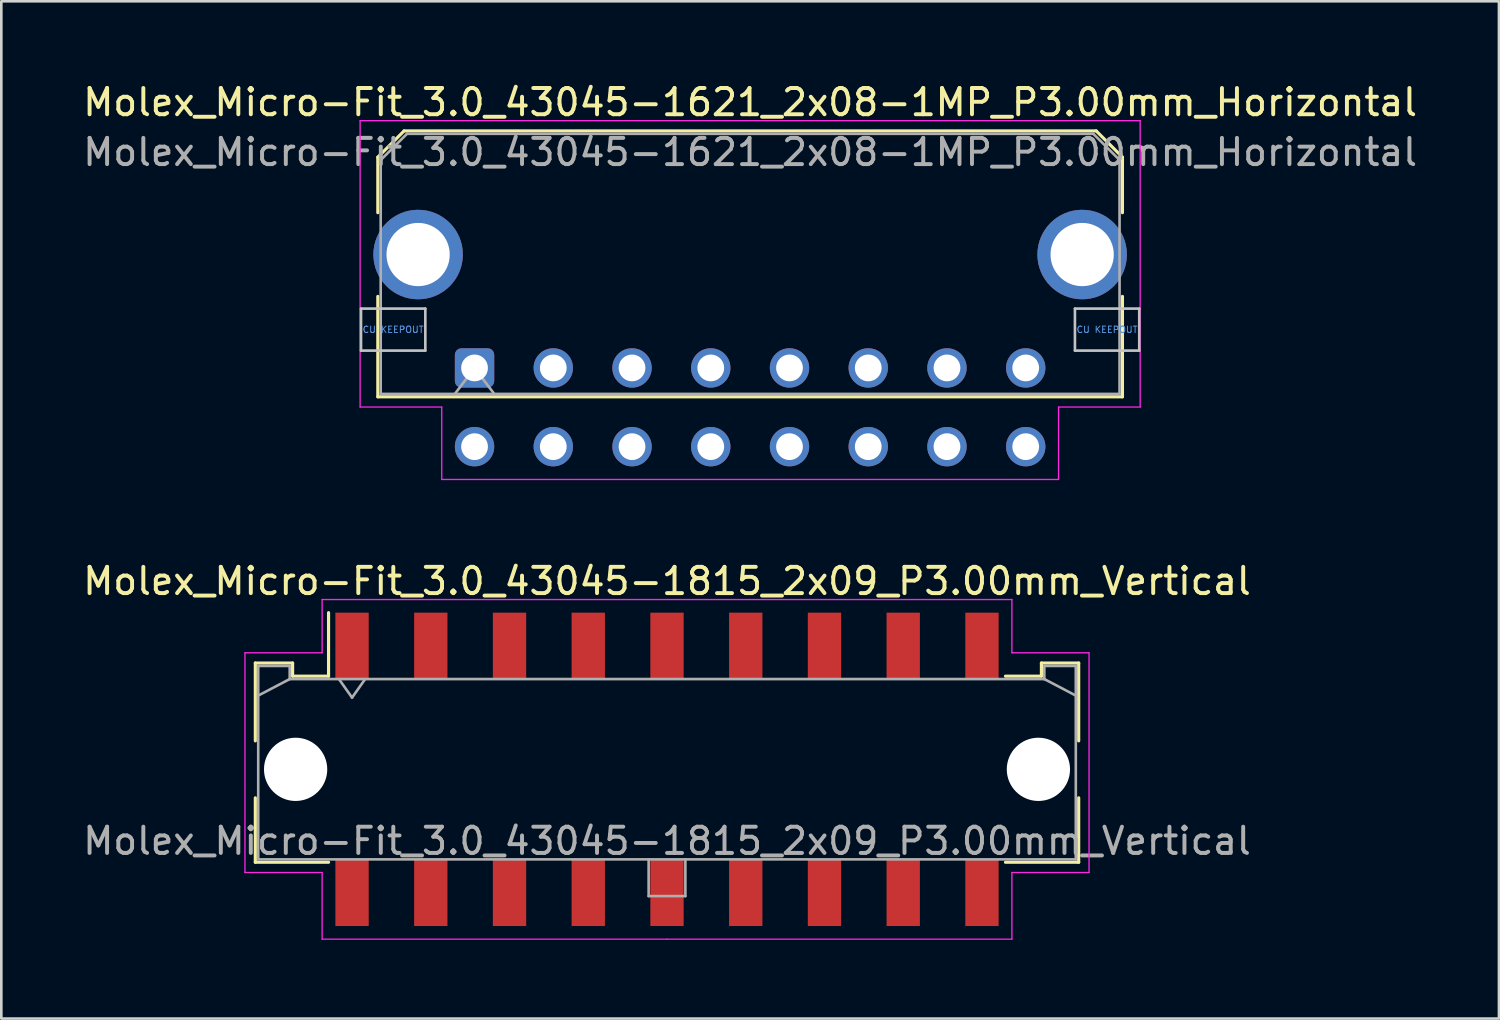
<source format=kicad_pcb>
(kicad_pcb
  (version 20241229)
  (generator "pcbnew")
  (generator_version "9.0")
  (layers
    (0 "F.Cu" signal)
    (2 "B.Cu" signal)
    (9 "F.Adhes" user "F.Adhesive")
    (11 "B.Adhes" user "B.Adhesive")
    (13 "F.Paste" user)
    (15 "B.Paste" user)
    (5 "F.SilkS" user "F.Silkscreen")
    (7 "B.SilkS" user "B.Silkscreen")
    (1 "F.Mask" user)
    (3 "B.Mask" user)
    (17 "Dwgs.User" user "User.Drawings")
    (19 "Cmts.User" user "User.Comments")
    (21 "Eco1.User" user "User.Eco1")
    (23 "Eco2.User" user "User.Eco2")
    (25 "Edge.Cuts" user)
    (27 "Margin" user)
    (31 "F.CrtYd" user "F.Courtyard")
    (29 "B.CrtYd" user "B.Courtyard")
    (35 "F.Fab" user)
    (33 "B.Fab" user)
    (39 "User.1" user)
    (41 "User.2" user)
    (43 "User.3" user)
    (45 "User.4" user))
  (footprint "Molex_Micro-Fit_3.0_43045-1621_2x08-1MP_P3.00mm_Horizontal"
    (layer "F.Cu")
    (at 15.03 10.968)
    (property "Reference" "Molex_Micro-Fit_3.0_43045-1621_2x08-1MP_P3.00mm_Horizontal" (at 10.5 -10.12 0) (layer "F.SilkS") (effects (font (size 1 1) (thickness 0.15))))
    (attr through_hole)
    (fp_line (start -3.685 -8.03) (end -2.685 -9.03) (stroke (width 0.12) (type solid)) (layer "F.SilkS"))
    (fp_line (start -3.685 -5.915) (end -3.685 -8.03) (stroke (width 0.12) (type solid)) (layer "F.SilkS"))
    (fp_line (start -3.685 -2.725) (end -3.685 1.1) (stroke (width 0.12) (type solid)) (layer "F.SilkS"))
    (fp_line (start -3.685 1.1) (end 24.685 1.1) (stroke (width 0.12) (type solid)) (layer "F.SilkS"))
    (fp_line (start -2.685 -9.03) (end 23.685 -9.03) (stroke (width 0.12) (type solid)) (layer "F.SilkS"))
    (fp_line (start 23.685 -9.03) (end 24.685 -8.03) (stroke (width 0.12) (type solid)) (layer "F.SilkS"))
    (fp_line (start 24.685 -8.03) (end 24.685 -5.915) (stroke (width 0.12) (type solid)) (layer "F.SilkS"))
    (fp_line (start 24.685 1.1) (end 24.685 -2.725) (stroke (width 0.12) (type solid)) (layer "F.SilkS"))
    (fp_line (start -4.325 -2.26) (end -4.325 -0.66) (stroke (width 0.1) (type solid)) (layer "Dwgs.User"))
    (fp_line (start -4.325 -0.66) (end -1.875 -0.66) (stroke (width 0.1) (type solid)) (layer "Dwgs.User"))
    (fp_line (start -1.875 -2.26) (end -4.325 -2.26) (stroke (width 0.1) (type solid)) (layer "Dwgs.User"))
    (fp_line (start -1.875 -0.66) (end -1.875 -2.26) (stroke (width 0.1) (type solid)) (layer "Dwgs.User"))
    (fp_line (start 22.875 -2.26) (end 22.875 -0.66) (stroke (width 0.1) (type solid)) (layer "Dwgs.User"))
    (fp_line (start 22.875 -0.66) (end 25.325 -0.66) (stroke (width 0.1) (type solid)) (layer "Dwgs.User"))
    (fp_line (start 25.325 -2.26) (end 22.875 -2.26) (stroke (width 0.1) (type solid)) (layer "Dwgs.User"))
    (fp_line (start 25.325 -0.66) (end 25.325 -2.26) (stroke (width 0.1) (type solid)) (layer "Dwgs.User"))
    (fp_line (start -4.36 -9.42) (end 25.36 -9.42) (stroke (width 0.05) (type solid)) (layer "F.CrtYd"))
    (fp_line (start -4.36 1.49) (end -4.36 -9.42) (stroke (width 0.05) (type solid)) (layer "F.CrtYd"))
    (fp_line (start -1.25 1.49) (end -4.36 1.49) (stroke (width 0.05) (type solid)) (layer "F.CrtYd"))
    (fp_line (start -1.25 4.25) (end -1.25 1.49) (stroke (width 0.05) (type solid)) (layer "F.CrtYd"))
    (fp_line (start 22.25 1.49) (end 22.25 4.25) (stroke (width 0.05) (type solid)) (layer "F.CrtYd"))
    (fp_line (start 22.25 4.25) (end -1.25 4.25) (stroke (width 0.05) (type solid)) (layer "F.CrtYd"))
    (fp_line (start 25.36 -9.42) (end 25.36 1.49) (stroke (width 0.05) (type solid)) (layer "F.CrtYd"))
    (fp_line (start 25.36 1.49) (end 22.25 1.49) (stroke (width 0.05) (type solid)) (layer "F.CrtYd"))
    (fp_line (start -3.575 -7.92) (end -2.575 -8.92) (stroke (width 0.1) (type solid)) (layer "F.Fab"))
    (fp_line (start -3.575 0.99) (end -3.575 -7.92) (stroke (width 0.1) (type solid)) (layer "F.Fab"))
    (fp_line (start -2.575 -8.92) (end 23.575 -8.92) (stroke (width 0.1) (type solid)) (layer "F.Fab"))
    (fp_line (start -0.75 0.99) (end 0 0) (stroke (width 0.1) (type solid)) (layer "F.Fab"))
    (fp_line (start 0 0) (end 0.75 0.99) (stroke (width 0.1) (type solid)) (layer "F.Fab"))
    (fp_line (start 23.575 -8.92) (end 24.575 -7.92) (stroke (width 0.1) (type solid)) (layer "F.Fab"))
    (fp_line (start 24.575 -7.92) (end 24.575 0.99) (stroke (width 0.1) (type solid)) (layer "F.Fab"))
    (fp_line (start 24.575 0.99) (end -3.575 0.99) (stroke (width 0.1) (type solid)) (layer "F.Fab"))
    (fp_text user "CU KEEPOUT" (at 24.1 -1.46 0) (layer "Cmts.User") (effects (font (size 0.245 0.245) (thickness 0.037))))
    (fp_text user "CU KEEPOUT" (at -3.1 -1.46 0) (layer "Cmts.User") (effects (font (size 0.245 0.245) (thickness 0.037))))
    (fp_text user "${REFERENCE}" (at 10.5 -8.22 0) (layer "F.Fab") (effects (font (size 1 1) (thickness 0.15))))
    (pad "1" thru_hole roundrect (at 0 0) (size 1.5 1.5) (drill 1.02) (layers "*.Cu" "*.Mask") (roundrect_rratio 0.167))
    (pad "2" thru_hole circle (at 3 0) (size 1.5 1.5) (drill 1.02) (layers "*.Cu" "*.Mask"))
    (pad "3" thru_hole circle (at 6 0) (size 1.5 1.5) (drill 1.02) (layers "*.Cu" "*.Mask"))
    (pad "4" thru_hole circle (at 9 0) (size 1.5 1.5) (drill 1.02) (layers "*.Cu" "*.Mask"))
    (pad "5" thru_hole circle (at 12 0) (size 1.5 1.5) (drill 1.02) (layers "*.Cu" "*.Mask"))
    (pad "6" thru_hole circle (at 15 0) (size 1.5 1.5) (drill 1.02) (layers "*.Cu" "*.Mask"))
    (pad "7" thru_hole circle (at 18 0) (size 1.5 1.5) (drill 1.02) (layers "*.Cu" "*.Mask"))
    (pad "8" thru_hole circle (at 21 0) (size 1.5 1.5) (drill 1.02) (layers "*.Cu" "*.Mask"))
    (pad "9" thru_hole circle (at 0 3) (size 1.5 1.5) (drill 1.02) (layers "*.Cu" "*.Mask"))
    (pad "10" thru_hole circle (at 3 3) (size 1.5 1.5) (drill 1.02) (layers "*.Cu" "*.Mask"))
    (pad "11" thru_hole circle (at 6 3) (size 1.5 1.5) (drill 1.02) (layers "*.Cu" "*.Mask"))
    (pad "12" thru_hole circle (at 9 3) (size 1.5 1.5) (drill 1.02) (layers "*.Cu" "*.Mask"))
    (pad "13" thru_hole circle (at 12 3) (size 1.5 1.5) (drill 1.02) (layers "*.Cu" "*.Mask"))
    (pad "14" thru_hole circle (at 15 3) (size 1.5 1.5) (drill 1.02) (layers "*.Cu" "*.Mask"))
    (pad "15" thru_hole circle (at 18 3) (size 1.5 1.5) (drill 1.02) (layers "*.Cu" "*.Mask"))
    (pad "16" thru_hole circle (at 21 3) (size 1.5 1.5) (drill 1.02) (layers "*.Cu" "*.Mask"))
    (pad "MP" thru_hole circle (at -2.15 -4.32) (size 3.41 3.41) (drill 2.41) (layers "*.Cu" "*.Mask"))
    (pad "MP" thru_hole circle (at 23.15 -4.32) (size 3.41 3.41) (drill 2.41) (layers "*.Cu" "*.Mask")))
  (footprint "Molex_Micro-Fit_3.0_43045-1815_2x09_P3.00mm_Vertical"
    (layer "F.Cu")
    (at 22.363 26.262)
    (property "Reference" "Molex_Micro-Fit_3.0_43045-1815_2x09_P3.00mm_Vertical" (at 0 -7.17 0) (layer "F.SilkS") (effects (font (size 1 1) (thickness 0.15))))
    (attr smd)
    (fp_line (start -15.685 -4.05) (end -14.265 -4.05) (stroke (width 0.12) (type solid)) (layer "F.SilkS"))
    (fp_line (start -15.685 -1.085) (end -15.685 -4.05) (stroke (width 0.12) (type solid)) (layer "F.SilkS"))
    (fp_line (start -15.685 1.085) (end -15.685 3.54) (stroke (width 0.12) (type solid)) (layer "F.SilkS"))
    (fp_line (start -15.685 3.54) (end -12.895 3.54) (stroke (width 0.12) (type solid)) (layer "F.SilkS"))
    (fp_line (start -14.265 -4.05) (end -14.265 -3.55) (stroke (width 0.12) (type solid)) (layer "F.SilkS"))
    (fp_line (start -14.265 -3.55) (end -12.895 -3.55) (stroke (width 0.12) (type solid)) (layer "F.SilkS"))
    (fp_line (start -12.895 -3.55) (end -12.895 -5.97) (stroke (width 0.12) (type solid)) (layer "F.SilkS"))
    (fp_line (start 14.265 -4.05) (end 14.265 -3.55) (stroke (width 0.12) (type solid)) (layer "F.SilkS"))
    (fp_line (start 14.265 -3.55) (end 12.895 -3.55) (stroke (width 0.12) (type solid)) (layer "F.SilkS"))
    (fp_line (start 15.685 -4.05) (end 14.265 -4.05) (stroke (width 0.12) (type solid)) (layer "F.SilkS"))
    (fp_line (start 15.685 -1.085) (end 15.685 -4.05) (stroke (width 0.12) (type solid)) (layer "F.SilkS"))
    (fp_line (start 15.685 1.085) (end 15.685 3.54) (stroke (width 0.12) (type solid)) (layer "F.SilkS"))
    (fp_line (start 15.685 3.54) (end 12.895 3.54) (stroke (width 0.12) (type solid)) (layer "F.SilkS"))
    (fp_line (start -16.08 -4.44) (end -16.08 3.93) (stroke (width 0.05) (type solid)) (layer "F.CrtYd"))
    (fp_line (start -16.08 3.93) (end -13.14 3.93) (stroke (width 0.05) (type solid)) (layer "F.CrtYd"))
    (fp_line (start -13.14 -6.47) (end -13.14 -4.44) (stroke (width 0.05) (type solid)) (layer "F.CrtYd"))
    (fp_line (start -13.14 -4.44) (end -16.08 -4.44) (stroke (width 0.05) (type solid)) (layer "F.CrtYd"))
    (fp_line (start -13.14 3.93) (end -13.14 6.47) (stroke (width 0.05) (type solid)) (layer "F.CrtYd"))
    (fp_line (start -13.14 6.47) (end 0 6.47) (stroke (width 0.05) (type solid)) (layer "F.CrtYd"))
    (fp_line (start 0 -6.47) (end -13.14 -6.47) (stroke (width 0.05) (type solid)) (layer "F.CrtYd"))
    (fp_line (start 0 -6.47) (end 13.14 -6.47) (stroke (width 0.05) (type solid)) (layer "F.CrtYd"))
    (fp_line (start 13.14 -6.47) (end 13.14 -4.44) (stroke (width 0.05) (type solid)) (layer "F.CrtYd"))
    (fp_line (start 13.14 -4.44) (end 16.08 -4.44) (stroke (width 0.05) (type solid)) (layer "F.CrtYd"))
    (fp_line (start 13.14 3.93) (end 13.14 6.47) (stroke (width 0.05) (type solid)) (layer "F.CrtYd"))
    (fp_line (start 13.14 6.47) (end 0 6.47) (stroke (width 0.05) (type solid)) (layer "F.CrtYd"))
    (fp_line (start 16.08 -4.44) (end 16.08 3.93) (stroke (width 0.05) (type solid)) (layer "F.CrtYd"))
    (fp_line (start 16.08 3.93) (end 13.14 3.93) (stroke (width 0.05) (type solid)) (layer "F.CrtYd"))
    (fp_line (start -15.575 -3.94) (end -15.575 3.43) (stroke (width 0.1) (type solid)) (layer "F.Fab"))
    (fp_line (start -15.575 -2.81) (end -14.375 -3.44) (stroke (width 0.1) (type solid)) (layer "F.Fab"))
    (fp_line (start -15.575 3.43) (end 15.575 3.43) (stroke (width 0.1) (type solid)) (layer "F.Fab"))
    (fp_line (start -14.375 -3.94) (end -15.575 -3.94) (stroke (width 0.1) (type solid)) (layer "F.Fab"))
    (fp_line (start -14.375 -3.44) (end -14.375 -3.94) (stroke (width 0.1) (type solid)) (layer "F.Fab"))
    (fp_line (start -12.5 -3.44) (end -12 -2.733) (stroke (width 0.1) (type solid)) (layer "F.Fab"))
    (fp_line (start -12 -2.733) (end -11.5 -3.44) (stroke (width 0.1) (type solid)) (layer "F.Fab"))
    (fp_line (start -0.7 3.43) (end -0.7 4.83) (stroke (width 0.1) (type solid)) (layer "F.Fab"))
    (fp_line (start -0.7 4.83) (end 0.7 4.83) (stroke (width 0.1) (type solid)) (layer "F.Fab"))
    (fp_line (start 0.7 4.83) (end 0.7 3.43) (stroke (width 0.1) (type solid)) (layer "F.Fab"))
    (fp_line (start 14.375 -3.94) (end 14.375 -3.44) (stroke (width 0.1) (type solid)) (layer "F.Fab"))
    (fp_line (start 14.375 -3.44) (end -14.375 -3.44) (stroke (width 0.1) (type solid)) (layer "F.Fab"))
    (fp_line (start 15.575 -3.94) (end 14.375 -3.94) (stroke (width 0.1) (type solid)) (layer "F.Fab"))
    (fp_line (start 15.575 -2.81) (end 14.375 -3.44) (stroke (width 0.1) (type solid)) (layer "F.Fab"))
    (fp_line (start 15.575 3.43) (end 15.575 -3.94) (stroke (width 0.1) (type solid)) (layer "F.Fab"))
    (fp_text user "${REFERENCE}" (at 0 2.73 0) (layer "F.Fab") (effects (font (size 1 1) (thickness 0.15))))
    (pad "" np_thru_hole circle (at -14.15 0) (size 2.41 2.41) (drill 2.41) (layers "*.Cu" "*.Mask"))
    (pad "" np_thru_hole circle (at 14.15 0) (size 2.41 2.41) (drill 2.41) (layers "*.Cu" "*.Mask"))
    (pad "1" smd rect (at -12 -4.7) (size 1.27 2.54) (layers "F.Cu" "F.Mask" "F.Paste"))
    (pad "2" smd rect (at -9 -4.7) (size 1.27 2.54) (layers "F.Cu" "F.Mask" "F.Paste"))
    (pad "3" smd rect (at -6 -4.7) (size 1.27 2.54) (layers "F.Cu" "F.Mask" "F.Paste"))
    (pad "4" smd rect (at -3 -4.7) (size 1.27 2.54) (layers "F.Cu" "F.Mask" "F.Paste"))
    (pad "5" smd rect (at 0 -4.7) (size 1.27 2.54) (layers "F.Cu" "F.Mask" "F.Paste"))
    (pad "6" smd rect (at 3 -4.7) (size 1.27 2.54) (layers "F.Cu" "F.Mask" "F.Paste"))
    (pad "7" smd rect (at 6 -4.7) (size 1.27 2.54) (layers "F.Cu" "F.Mask" "F.Paste"))
    (pad "8" smd rect (at 9 -4.7) (size 1.27 2.54) (layers "F.Cu" "F.Mask" "F.Paste"))
    (pad "9" smd rect (at 12 -4.7) (size 1.27 2.54) (layers "F.Cu" "F.Mask" "F.Paste"))
    (pad "10" smd rect (at -12 4.7) (size 1.27 2.54) (layers "F.Cu" "F.Mask" "F.Paste"))
    (pad "11" smd rect (at -9 4.7) (size 1.27 2.54) (layers "F.Cu" "F.Mask" "F.Paste"))
    (pad "12" smd rect (at -6 4.7) (size 1.27 2.54) (layers "F.Cu" "F.Mask" "F.Paste"))
    (pad "13" smd rect (at -3 4.7) (size 1.27 2.54) (layers "F.Cu" "F.Mask" "F.Paste"))
    (pad "14" smd rect (at 0 4.7) (size 1.27 2.54) (layers "F.Cu" "F.Mask" "F.Paste"))
    (pad "15" smd rect (at 3 4.7) (size 1.27 2.54) (layers "F.Cu" "F.Mask" "F.Paste"))
    (pad "16" smd rect (at 6 4.7) (size 1.27 2.54) (layers "F.Cu" "F.Mask" "F.Paste"))
    (pad "17" smd rect (at 9 4.7) (size 1.27 2.54) (layers "F.Cu" "F.Mask" "F.Paste"))
    (pad "18" smd rect (at 12 4.7) (size 1.27 2.54) (layers "F.Cu" "F.Mask" "F.Paste")))
  (gr_rect
    (start -3 -3)
    (end 54.06 35.757)
    (stroke (width 0.1) (type default))
    (fill no)
    (layer "Edge.Cuts")))
</source>
